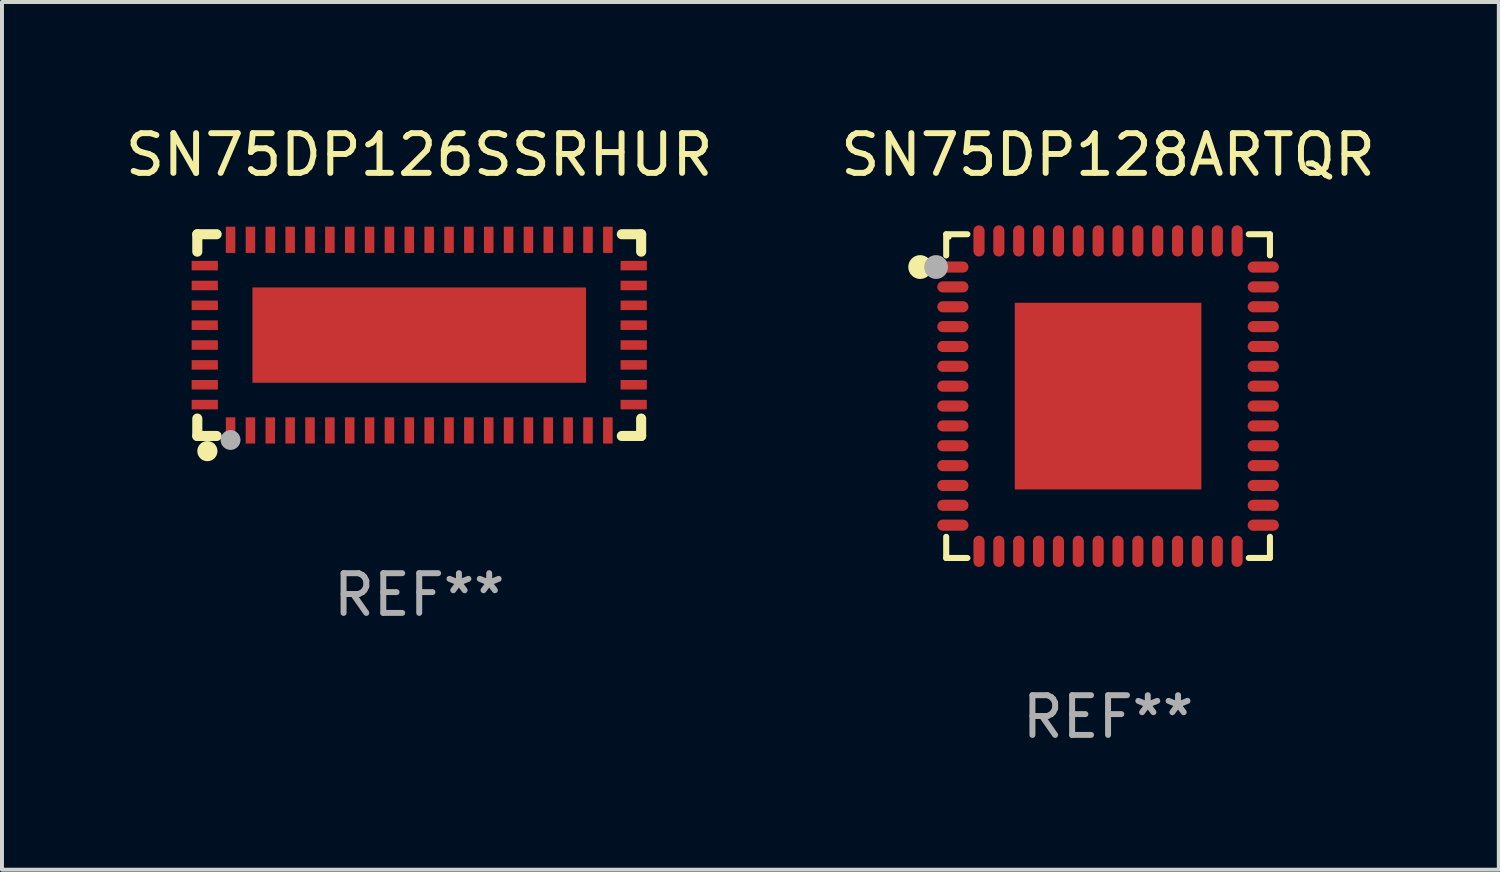
<source format=kicad_pcb>
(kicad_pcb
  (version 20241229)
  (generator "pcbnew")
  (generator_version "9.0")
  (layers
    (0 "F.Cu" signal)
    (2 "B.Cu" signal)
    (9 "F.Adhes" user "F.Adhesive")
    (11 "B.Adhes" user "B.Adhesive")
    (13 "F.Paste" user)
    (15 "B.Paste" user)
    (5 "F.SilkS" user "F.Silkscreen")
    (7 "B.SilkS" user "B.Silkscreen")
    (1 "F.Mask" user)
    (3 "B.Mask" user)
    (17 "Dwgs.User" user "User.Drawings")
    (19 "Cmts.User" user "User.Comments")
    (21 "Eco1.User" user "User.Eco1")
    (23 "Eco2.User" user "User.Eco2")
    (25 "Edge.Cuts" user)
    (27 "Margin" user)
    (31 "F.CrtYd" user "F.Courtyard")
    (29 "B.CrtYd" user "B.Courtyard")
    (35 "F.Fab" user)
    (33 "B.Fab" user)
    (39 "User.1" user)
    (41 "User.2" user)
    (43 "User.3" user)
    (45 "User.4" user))
  (footprint "SN75DP126SSRHUR"
    (layer "F.Cu")
    (at 7.506 5.388)
    (property "Reference" "SN75DP126SSRHUR" (at 0 -4.54 0) (layer "F.SilkS") (effects (font (size 1 1) (thickness 0.15))))
    (attr through_hole)
    (fp_line (start -5.588 -2.54) (end -5.101 -2.54) (stroke (width 0.254) (type solid)) (layer "F.SilkS"))
    (fp_line (start -5.588 -2.101) (end -5.588 -2.54) (stroke (width 0.254) (type solid)) (layer "F.SilkS"))
    (fp_line (start -5.588 2.54) (end -5.588 2.101) (stroke (width 0.254) (type solid)) (layer "F.SilkS"))
    (fp_line (start -5.101 2.54) (end -5.588 2.54) (stroke (width 0.254) (type solid)) (layer "F.SilkS"))
    (fp_line (start 5.101 -2.54) (end 5.588 -2.54) (stroke (width 0.254) (type solid)) (layer "F.SilkS"))
    (fp_line (start 5.588 -2.54) (end 5.588 -2.101) (stroke (width 0.254) (type solid)) (layer "F.SilkS"))
    (fp_line (start 5.588 2.101) (end 5.588 2.54) (stroke (width 0.254) (type solid)) (layer "F.SilkS"))
    (fp_line (start 5.588 2.54) (end 5.101 2.54) (stroke (width 0.254) (type solid)) (layer "F.SilkS"))
    (fp_circle (center -5.5 2.5) (end -5.47 2.5) (stroke (width 0.06) (type solid)) (fill no) (layer "F.SilkS"))
    (fp_circle (center -5.334 2.921) (end -5.207 2.921) (stroke (width 0.254) (type solid)) (fill no) (layer "F.SilkS"))
    (fp_circle (center -4.751 2.641) (end -4.626 2.641) (stroke (width 0.25) (type solid)) (fill no) (layer "F.Fab"))
    (fp_text user "REF**" (at 0 6.54 0) (layer "F.Fab") (effects (font (size 1 1) (thickness 0.15))))
    (pad "1" smd rect (at -4.75 2.4) (size 0.24 0.66) (layers "F.Cu" "F.Mask" "F.Paste"))
    (pad "2" smd rect (at -4.25 2.4) (size 0.24 0.66) (layers "F.Cu" "F.Mask" "F.Paste"))
    (pad "3" smd rect (at -3.75 2.4) (size 0.24 0.66) (layers "F.Cu" "F.Mask" "F.Paste"))
    (pad "4" smd rect (at -3.25 2.4) (size 0.24 0.66) (layers "F.Cu" "F.Mask" "F.Paste"))
    (pad "5" smd rect (at -2.75 2.4) (size 0.24 0.66) (layers "F.Cu" "F.Mask" "F.Paste"))
    (pad "6" smd rect (at -2.25 2.4) (size 0.24 0.66) (layers "F.Cu" "F.Mask" "F.Paste"))
    (pad "7" smd rect (at -1.75 2.4) (size 0.24 0.66) (layers "F.Cu" "F.Mask" "F.Paste"))
    (pad "8" smd rect (at -1.25 2.4) (size 0.24 0.66) (layers "F.Cu" "F.Mask" "F.Paste"))
    (pad "9" smd rect (at -0.75 2.4) (size 0.24 0.66) (layers "F.Cu" "F.Mask" "F.Paste"))
    (pad "10" smd rect (at -0.25 2.4) (size 0.24 0.66) (layers "F.Cu" "F.Mask" "F.Paste"))
    (pad "11" smd rect (at 0.25 2.4) (size 0.24 0.66) (layers "F.Cu" "F.Mask" "F.Paste"))
    (pad "12" smd rect (at 0.75 2.4) (size 0.24 0.66) (layers "F.Cu" "F.Mask" "F.Paste"))
    (pad "13" smd rect (at 1.25 2.4) (size 0.24 0.66) (layers "F.Cu" "F.Mask" "F.Paste"))
    (pad "14" smd rect (at 1.75 2.4) (size 0.24 0.66) (layers "F.Cu" "F.Mask" "F.Paste"))
    (pad "15" smd rect (at 2.25 2.4) (size 0.24 0.66) (layers "F.Cu" "F.Mask" "F.Paste"))
    (pad "16" smd rect (at 2.75 2.4) (size 0.24 0.66) (layers "F.Cu" "F.Mask" "F.Paste"))
    (pad "17" smd rect (at 3.25 2.4) (size 0.24 0.66) (layers "F.Cu" "F.Mask" "F.Paste"))
    (pad "18" smd rect (at 3.75 2.4) (size 0.24 0.66) (layers "F.Cu" "F.Mask" "F.Paste"))
    (pad "19" smd rect (at 4.25 2.4) (size 0.24 0.66) (layers "F.Cu" "F.Mask" "F.Paste"))
    (pad "20" smd rect (at 4.75 2.4) (size 0.24 0.66) (layers "F.Cu" "F.Mask" "F.Paste"))
    (pad "21" smd rect (at 5.4 1.75) (size 0.66 0.24) (layers "F.Cu" "F.Mask" "F.Paste"))
    (pad "22" smd rect (at 5.4 1.25) (size 0.66 0.24) (layers "F.Cu" "F.Mask" "F.Paste"))
    (pad "23" smd rect (at 5.4 0.75) (size 0.66 0.24) (layers "F.Cu" "F.Mask" "F.Paste"))
    (pad "24" smd rect (at 5.4 0.25) (size 0.66 0.24) (layers "F.Cu" "F.Mask" "F.Paste"))
    (pad "25" smd rect (at 5.4 -0.25) (size 0.66 0.24) (layers "F.Cu" "F.Mask" "F.Paste"))
    (pad "26" smd rect (at 5.4 -0.75) (size 0.66 0.24) (layers "F.Cu" "F.Mask" "F.Paste"))
    (pad "27" smd rect (at 5.4 -1.25) (size 0.66 0.24) (layers "F.Cu" "F.Mask" "F.Paste"))
    (pad "28" smd rect (at 5.4 -1.75) (size 0.66 0.24) (layers "F.Cu" "F.Mask" "F.Paste"))
    (pad "29" smd rect (at 4.75 -2.4) (size 0.24 0.66) (layers "F.Cu" "F.Mask" "F.Paste"))
    (pad "30" smd rect (at 4.25 -2.4) (size 0.24 0.66) (layers "F.Cu" "F.Mask" "F.Paste"))
    (pad "31" smd rect (at 3.75 -2.4) (size 0.24 0.66) (layers "F.Cu" "F.Mask" "F.Paste"))
    (pad "32" smd rect (at 3.25 -2.4) (size 0.24 0.66) (layers "F.Cu" "F.Mask" "F.Paste"))
    (pad "33" smd rect (at 2.75 -2.4) (size 0.24 0.66) (layers "F.Cu" "F.Mask" "F.Paste"))
    (pad "34" smd rect (at 2.25 -2.4) (size 0.24 0.66) (layers "F.Cu" "F.Mask" "F.Paste"))
    (pad "35" smd rect (at 1.75 -2.4) (size 0.24 0.66) (layers "F.Cu" "F.Mask" "F.Paste"))
    (pad "36" smd rect (at 1.25 -2.4) (size 0.24 0.66) (layers "F.Cu" "F.Mask" "F.Paste"))
    (pad "37" smd rect (at 0.75 -2.4) (size 0.24 0.66) (layers "F.Cu" "F.Mask" "F.Paste"))
    (pad "38" smd rect (at 0.25 -2.4) (size 0.24 0.66) (layers "F.Cu" "F.Mask" "F.Paste"))
    (pad "39" smd rect (at -0.25 -2.4) (size 0.24 0.66) (layers "F.Cu" "F.Mask" "F.Paste"))
    (pad "40" smd rect (at -0.75 -2.4) (size 0.24 0.66) (layers "F.Cu" "F.Mask" "F.Paste"))
    (pad "41" smd rect (at -1.25 -2.4) (size 0.24 0.66) (layers "F.Cu" "F.Mask" "F.Paste"))
    (pad "42" smd rect (at -1.75 -2.4) (size 0.24 0.66) (layers "F.Cu" "F.Mask" "F.Paste"))
    (pad "43" smd rect (at -2.25 -2.4) (size 0.24 0.66) (layers "F.Cu" "F.Mask" "F.Paste"))
    (pad "44" smd rect (at -2.75 -2.4) (size 0.24 0.66) (layers "F.Cu" "F.Mask" "F.Paste"))
    (pad "45" smd rect (at -3.25 -2.4) (size 0.24 0.66) (layers "F.Cu" "F.Mask" "F.Paste"))
    (pad "46" smd rect (at -3.75 -2.4) (size 0.24 0.66) (layers "F.Cu" "F.Mask" "F.Paste"))
    (pad "47" smd rect (at -4.25 -2.4) (size 0.24 0.66) (layers "F.Cu" "F.Mask" "F.Paste"))
    (pad "48" smd rect (at -4.75 -2.4) (size 0.24 0.66) (layers "F.Cu" "F.Mask" "F.Paste"))
    (pad "49" smd rect (at -5.4 -1.75) (size 0.66 0.24) (layers "F.Cu" "F.Mask" "F.Paste"))
    (pad "50" smd rect (at -5.4 -1.25) (size 0.66 0.24) (layers "F.Cu" "F.Mask" "F.Paste"))
    (pad "51" smd rect (at -5.4 -0.75) (size 0.66 0.24) (layers "F.Cu" "F.Mask" "F.Paste"))
    (pad "52" smd rect (at -5.4 -0.25) (size 0.66 0.24) (layers "F.Cu" "F.Mask" "F.Paste"))
    (pad "53" smd rect (at -5.4 0.25) (size 0.66 0.24) (layers "F.Cu" "F.Mask" "F.Paste"))
    (pad "54" smd rect (at -5.4 0.75) (size 0.66 0.24) (layers "F.Cu" "F.Mask" "F.Paste"))
    (pad "55" smd rect (at -5.4 1.25) (size 0.66 0.24) (layers "F.Cu" "F.Mask" "F.Paste"))
    (pad "56" smd rect (at -5.4 1.75) (size 0.66 0.24) (layers "F.Cu" "F.Mask" "F.Paste"))
    (pad "57" smd rect (at 0.000051 0) (size 8.4 2.4) (layers "F.Cu" "F.Mask" "F.Paste")))
  (footprint "SN75DP128ARTQR"
    (layer "F.Cu")
    (at 24.851 6.924)
    (property "Reference" "SN75DP128ARTQR" (at 0 -6.076 0) (layer "F.SilkS") (effects (font (size 1 1) (thickness 0.15))))
    (attr through_hole)
    (fp_line (start -4.076 -4.076) (end -3.542 -4.076) (stroke (width 0.152) (type solid)) (layer "F.SilkS"))
    (fp_line (start -4.076 -3.542) (end -4.076 -4.076) (stroke (width 0.152) (type solid)) (layer "F.SilkS"))
    (fp_line (start -4.076 3.542) (end -4.076 4.076) (stroke (width 0.152) (type solid)) (layer "F.SilkS"))
    (fp_line (start -4.076 4.076) (end -3.542 4.076) (stroke (width 0.152) (type solid)) (layer "F.SilkS"))
    (fp_line (start 4.076 -4.076) (end 3.542 -4.076) (stroke (width 0.152) (type solid)) (layer "F.SilkS"))
    (fp_line (start 4.076 -3.542) (end 4.076 -4.076) (stroke (width 0.152) (type solid)) (layer "F.SilkS"))
    (fp_line (start 4.076 3.542) (end 4.076 4.076) (stroke (width 0.152) (type solid)) (layer "F.SilkS"))
    (fp_line (start 4.076 4.076) (end 3.542 4.076) (stroke (width 0.152) (type solid)) (layer "F.SilkS"))
    (fp_circle (center -4.731 -3.25) (end -4.581 -3.25) (stroke (width 0.3) (type solid)) (fill no) (layer "F.SilkS"))
    (fp_circle (center -4 -4) (end -3.97 -4) (stroke (width 0.06) (type solid)) (fill no) (layer "F.SilkS"))
    (fp_circle (center -4.331 -3.25) (end -4.181 -3.25) (stroke (width 0.3) (type solid)) (fill no) (layer "F.Fab"))
    (fp_text user "REF**" (at 0 8.076 0) (layer "F.Fab") (effects (font (size 1 1) (thickness 0.15))))
    (pad "1" smd oval (at -3.908 -3.25) (size 0.785 0.28) (layers "F.Cu" "F.Mask" "F.Paste"))
    (pad "2" smd oval (at -3.908 -2.75) (size 0.785 0.28) (layers "F.Cu" "F.Mask" "F.Paste"))
    (pad "3" smd oval (at -3.908 -2.25) (size 0.785 0.28) (layers "F.Cu" "F.Mask" "F.Paste"))
    (pad "4" smd oval (at -3.908 -1.75) (size 0.785 0.28) (layers "F.Cu" "F.Mask" "F.Paste"))
    (pad "5" smd oval (at -3.908 -1.25) (size 0.785 0.28) (layers "F.Cu" "F.Mask" "F.Paste"))
    (pad "6" smd oval (at -3.908 -0.75) (size 0.785 0.28) (layers "F.Cu" "F.Mask" "F.Paste"))
    (pad "7" smd oval (at -3.908 -0.25) (size 0.785 0.28) (layers "F.Cu" "F.Mask" "F.Paste"))
    (pad "8" smd oval (at -3.908 0.25) (size 0.785 0.28) (layers "F.Cu" "F.Mask" "F.Paste"))
    (pad "9" smd oval (at -3.908 0.75) (size 0.785 0.28) (layers "F.Cu" "F.Mask" "F.Paste"))
    (pad "10" smd oval (at -3.908 1.25) (size 0.785 0.28) (layers "F.Cu" "F.Mask" "F.Paste"))
    (pad "11" smd oval (at -3.908 1.75) (size 0.785 0.28) (layers "F.Cu" "F.Mask" "F.Paste"))
    (pad "12" smd oval (at -3.908 2.25) (size 0.785 0.28) (layers "F.Cu" "F.Mask" "F.Paste"))
    (pad "13" smd oval (at -3.908 2.75) (size 0.785 0.28) (layers "F.Cu" "F.Mask" "F.Paste"))
    (pad "14" smd oval (at -3.908 3.25) (size 0.785 0.28) (layers "F.Cu" "F.Mask" "F.Paste"))
    (pad "15" smd oval (at -3.25 3.908) (size 0.28 0.785) (layers "F.Cu" "F.Mask" "F.Paste"))
    (pad "16" smd oval (at -2.75 3.908) (size 0.28 0.785) (layers "F.Cu" "F.Mask" "F.Paste"))
    (pad "17" smd oval (at -2.25 3.908) (size 0.28 0.785) (layers "F.Cu" "F.Mask" "F.Paste"))
    (pad "18" smd oval (at -1.75 3.908) (size 0.28 0.785) (layers "F.Cu" "F.Mask" "F.Paste"))
    (pad "19" smd oval (at -1.25 3.908) (size 0.28 0.785) (layers "F.Cu" "F.Mask" "F.Paste"))
    (pad "20" smd oval (at -0.75 3.908) (size 0.28 0.785) (layers "F.Cu" "F.Mask" "F.Paste"))
    (pad "21" smd oval (at -0.25 3.908) (size 0.28 0.785) (layers "F.Cu" "F.Mask" "F.Paste"))
    (pad "22" smd oval (at 0.25 3.908) (size 0.28 0.785) (layers "F.Cu" "F.Mask" "F.Paste"))
    (pad "23" smd oval (at 0.75 3.908) (size 0.28 0.785) (layers "F.Cu" "F.Mask" "F.Paste"))
    (pad "24" smd oval (at 1.25 3.908) (size 0.28 0.785) (layers "F.Cu" "F.Mask" "F.Paste"))
    (pad "25" smd oval (at 1.75 3.908) (size 0.28 0.785) (layers "F.Cu" "F.Mask" "F.Paste"))
    (pad "26" smd oval (at 2.25 3.908) (size 0.28 0.785) (layers "F.Cu" "F.Mask" "F.Paste"))
    (pad "27" smd oval (at 2.75 3.908) (size 0.28 0.785) (layers "F.Cu" "F.Mask" "F.Paste"))
    (pad "28" smd oval (at 3.25 3.908) (size 0.28 0.785) (layers "F.Cu" "F.Mask" "F.Paste"))
    (pad "29" smd oval (at 3.908 3.25) (size 0.785 0.28) (layers "F.Cu" "F.Mask" "F.Paste"))
    (pad "30" smd oval (at 3.908 2.75) (size 0.785 0.28) (layers "F.Cu" "F.Mask" "F.Paste"))
    (pad "31" smd oval (at 3.908 2.25) (size 0.785 0.28) (layers "F.Cu" "F.Mask" "F.Paste"))
    (pad "32" smd oval (at 3.908 1.75) (size 0.785 0.28) (layers "F.Cu" "F.Mask" "F.Paste"))
    (pad "33" smd oval (at 3.908 1.25) (size 0.785 0.28) (layers "F.Cu" "F.Mask" "F.Paste"))
    (pad "34" smd oval (at 3.908 0.75) (size 0.785 0.28) (layers "F.Cu" "F.Mask" "F.Paste"))
    (pad "35" smd oval (at 3.908 0.25) (size 0.785 0.28) (layers "F.Cu" "F.Mask" "F.Paste"))
    (pad "36" smd oval (at 3.908 -0.25) (size 0.785 0.28) (layers "F.Cu" "F.Mask" "F.Paste"))
    (pad "37" smd oval (at 3.908 -0.75) (size 0.785 0.28) (layers "F.Cu" "F.Mask" "F.Paste"))
    (pad "38" smd oval (at 3.908 -1.25) (size 0.785 0.28) (layers "F.Cu" "F.Mask" "F.Paste"))
    (pad "39" smd oval (at 3.908 -1.75) (size 0.785 0.28) (layers "F.Cu" "F.Mask" "F.Paste"))
    (pad "40" smd oval (at 3.908 -2.25) (size 0.785 0.28) (layers "F.Cu" "F.Mask" "F.Paste"))
    (pad "41" smd oval (at 3.908 -2.75) (size 0.785 0.28) (layers "F.Cu" "F.Mask" "F.Paste"))
    (pad "42" smd oval (at 3.908 -3.25) (size 0.785 0.28) (layers "F.Cu" "F.Mask" "F.Paste"))
    (pad "43" smd oval (at 3.25 -3.908) (size 0.28 0.785) (layers "F.Cu" "F.Mask" "F.Paste"))
    (pad "44" smd oval (at 2.75 -3.908) (size 0.28 0.785) (layers "F.Cu" "F.Mask" "F.Paste"))
    (pad "45" smd oval (at 2.25 -3.908) (size 0.28 0.785) (layers "F.Cu" "F.Mask" "F.Paste"))
    (pad "46" smd oval (at 1.75 -3.908) (size 0.28 0.785) (layers "F.Cu" "F.Mask" "F.Paste"))
    (pad "47" smd oval (at 1.25 -3.908) (size 0.28 0.785) (layers "F.Cu" "F.Mask" "F.Paste"))
    (pad "48" smd oval (at 0.75 -3.908) (size 0.28 0.785) (layers "F.Cu" "F.Mask" "F.Paste"))
    (pad "49" smd oval (at 0.25 -3.908) (size 0.28 0.785) (layers "F.Cu" "F.Mask" "F.Paste"))
    (pad "50" smd oval (at -0.25 -3.908) (size 0.28 0.785) (layers "F.Cu" "F.Mask" "F.Paste"))
    (pad "51" smd oval (at -0.75 -3.908) (size 0.28 0.785) (layers "F.Cu" "F.Mask" "F.Paste"))
    (pad "52" smd oval (at -1.25 -3.908) (size 0.28 0.785) (layers "F.Cu" "F.Mask" "F.Paste"))
    (pad "53" smd oval (at -1.75 -3.908) (size 0.28 0.785) (layers "F.Cu" "F.Mask" "F.Paste"))
    (pad "54" smd oval (at -2.25 -3.908) (size 0.28 0.785) (layers "F.Cu" "F.Mask" "F.Paste"))
    (pad "55" smd oval (at -2.75 -3.908) (size 0.28 0.785) (layers "F.Cu" "F.Mask" "F.Paste"))
    (pad "56" smd oval (at -3.25 -3.908) (size 0.28 0.785) (layers "F.Cu" "F.Mask" "F.Paste"))
    (pad "57" smd rect (at 0 0) (size 4.7 4.7) (layers "F.Cu" "F.Mask" "F.Paste")))
  (gr_rect
    (start -3 -3)
    (end 34.69 18.849)
    (stroke (width 0.1) (type default))
    (fill no)
    (layer "Edge.Cuts")))
</source>
